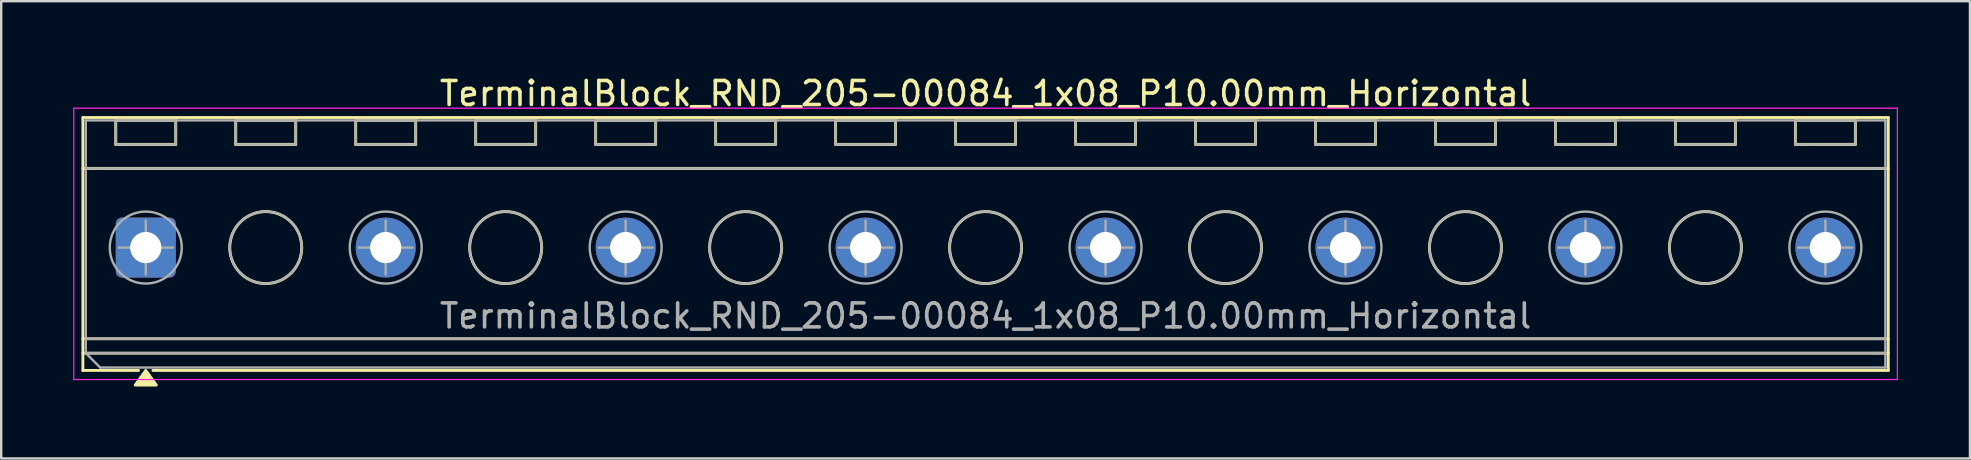
<source format=kicad_pcb>
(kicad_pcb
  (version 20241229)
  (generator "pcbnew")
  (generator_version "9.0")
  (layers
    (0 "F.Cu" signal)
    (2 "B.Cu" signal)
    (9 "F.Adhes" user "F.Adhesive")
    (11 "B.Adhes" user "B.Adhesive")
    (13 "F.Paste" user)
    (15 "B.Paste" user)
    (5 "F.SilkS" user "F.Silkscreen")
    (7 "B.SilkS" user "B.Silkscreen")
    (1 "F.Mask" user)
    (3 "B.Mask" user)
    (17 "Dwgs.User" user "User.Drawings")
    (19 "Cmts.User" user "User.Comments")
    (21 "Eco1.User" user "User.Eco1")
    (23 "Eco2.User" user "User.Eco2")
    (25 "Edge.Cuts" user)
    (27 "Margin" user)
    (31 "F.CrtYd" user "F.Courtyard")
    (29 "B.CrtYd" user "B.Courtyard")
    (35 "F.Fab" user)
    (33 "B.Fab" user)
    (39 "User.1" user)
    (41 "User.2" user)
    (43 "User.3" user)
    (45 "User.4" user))
  (footprint "TerminalBlock_RND_205-00084_1x08_P10.00mm_Horizontal"
    (layer "F.Cu")
    (at 3.025 7.268)
    (property "Reference" "TerminalBlock_RND_205-00084_1x08_P10.00mm_Horizontal" (at 35 -6.42 0) (layer "F.SilkS") (effects (font (size 1 1) (thickness 0.15))))
    (attr through_hole)
    (fp_line (start -2.62 -5.42) (end 72.62 -5.42) (stroke (width 0.12) (type solid)) (layer "F.SilkS"))
    (fp_line (start -2.62 -3.3) (end 72.62 -3.3) (stroke (width 0.12) (type solid)) (layer "F.SilkS"))
    (fp_line (start -2.62 3.8) (end 72.62 3.8) (stroke (width 0.12) (type solid)) (layer "F.SilkS"))
    (fp_line (start -2.62 4.4) (end 72.62 4.4) (stroke (width 0.12) (type solid)) (layer "F.SilkS"))
    (fp_line (start -2.62 5.12) (end -2.62 -5.42) (stroke (width 0.12) (type solid)) (layer "F.SilkS"))
    (fp_line (start -1.25 -5.3) (end 1.25 -5.3) (stroke (width 0.12) (type solid)) (layer "F.SilkS"))
    (fp_line (start -1.25 -4.3) (end -1.25 -5.3) (stroke (width 0.12) (type solid)) (layer "F.SilkS"))
    (fp_line (start -0.3 5.12) (end -2.62 5.12) (stroke (width 0.12) (type solid)) (layer "F.SilkS"))
    (fp_line (start 1.25 -5.3) (end 1.25 -4.3) (stroke (width 0.12) (type solid)) (layer "F.SilkS"))
    (fp_line (start 1.25 -4.3) (end -1.25 -4.3) (stroke (width 0.12) (type solid)) (layer "F.SilkS"))
    (fp_line (start 3.75 -5.3) (end 6.25 -5.3) (stroke (width 0.12) (type solid)) (layer "F.SilkS"))
    (fp_line (start 3.75 -4.3) (end 3.75 -5.3) (stroke (width 0.12) (type solid)) (layer "F.SilkS"))
    (fp_line (start 6.25 -5.3) (end 6.25 -4.3) (stroke (width 0.12) (type solid)) (layer "F.SilkS"))
    (fp_line (start 6.25 -4.3) (end 3.75 -4.3) (stroke (width 0.12) (type solid)) (layer "F.SilkS"))
    (fp_line (start 8.75 -5.3) (end 11.25 -5.3) (stroke (width 0.12) (type solid)) (layer "F.SilkS"))
    (fp_line (start 8.75 -4.3) (end 8.75 -5.3) (stroke (width 0.12) (type solid)) (layer "F.SilkS"))
    (fp_line (start 11.25 -5.3) (end 11.25 -4.3) (stroke (width 0.12) (type solid)) (layer "F.SilkS"))
    (fp_line (start 11.25 -4.3) (end 8.75 -4.3) (stroke (width 0.12) (type solid)) (layer "F.SilkS"))
    (fp_line (start 13.75 -5.3) (end 16.25 -5.3) (stroke (width 0.12) (type solid)) (layer "F.SilkS"))
    (fp_line (start 13.75 -4.3) (end 13.75 -5.3) (stroke (width 0.12) (type solid)) (layer "F.SilkS"))
    (fp_line (start 16.25 -5.3) (end 16.25 -4.3) (stroke (width 0.12) (type solid)) (layer "F.SilkS"))
    (fp_line (start 16.25 -4.3) (end 13.75 -4.3) (stroke (width 0.12) (type solid)) (layer "F.SilkS"))
    (fp_line (start 18.75 -5.3) (end 21.25 -5.3) (stroke (width 0.12) (type solid)) (layer "F.SilkS"))
    (fp_line (start 18.75 -4.3) (end 18.75 -5.3) (stroke (width 0.12) (type solid)) (layer "F.SilkS"))
    (fp_line (start 21.25 -5.3) (end 21.25 -4.3) (stroke (width 0.12) (type solid)) (layer "F.SilkS"))
    (fp_line (start 21.25 -4.3) (end 18.75 -4.3) (stroke (width 0.12) (type solid)) (layer "F.SilkS"))
    (fp_line (start 23.75 -5.3) (end 26.25 -5.3) (stroke (width 0.12) (type solid)) (layer "F.SilkS"))
    (fp_line (start 23.75 -4.3) (end 23.75 -5.3) (stroke (width 0.12) (type solid)) (layer "F.SilkS"))
    (fp_line (start 26.25 -5.3) (end 26.25 -4.3) (stroke (width 0.12) (type solid)) (layer "F.SilkS"))
    (fp_line (start 26.25 -4.3) (end 23.75 -4.3) (stroke (width 0.12) (type solid)) (layer "F.SilkS"))
    (fp_line (start 28.75 -5.3) (end 31.25 -5.3) (stroke (width 0.12) (type solid)) (layer "F.SilkS"))
    (fp_line (start 28.75 -4.3) (end 28.75 -5.3) (stroke (width 0.12) (type solid)) (layer "F.SilkS"))
    (fp_line (start 31.25 -5.3) (end 31.25 -4.3) (stroke (width 0.12) (type solid)) (layer "F.SilkS"))
    (fp_line (start 31.25 -4.3) (end 28.75 -4.3) (stroke (width 0.12) (type solid)) (layer "F.SilkS"))
    (fp_line (start 33.75 -5.3) (end 36.25 -5.3) (stroke (width 0.12) (type solid)) (layer "F.SilkS"))
    (fp_line (start 33.75 -4.3) (end 33.75 -5.3) (stroke (width 0.12) (type solid)) (layer "F.SilkS"))
    (fp_line (start 36.25 -5.3) (end 36.25 -4.3) (stroke (width 0.12) (type solid)) (layer "F.SilkS"))
    (fp_line (start 36.25 -4.3) (end 33.75 -4.3) (stroke (width 0.12) (type solid)) (layer "F.SilkS"))
    (fp_line (start 38.75 -5.3) (end 41.25 -5.3) (stroke (width 0.12) (type solid)) (layer "F.SilkS"))
    (fp_line (start 38.75 -4.3) (end 38.75 -5.3) (stroke (width 0.12) (type solid)) (layer "F.SilkS"))
    (fp_line (start 41.25 -5.3) (end 41.25 -4.3) (stroke (width 0.12) (type solid)) (layer "F.SilkS"))
    (fp_line (start 41.25 -4.3) (end 38.75 -4.3) (stroke (width 0.12) (type solid)) (layer "F.SilkS"))
    (fp_line (start 43.75 -5.3) (end 46.25 -5.3) (stroke (width 0.12) (type solid)) (layer "F.SilkS"))
    (fp_line (start 43.75 -4.3) (end 43.75 -5.3) (stroke (width 0.12) (type solid)) (layer "F.SilkS"))
    (fp_line (start 46.25 -5.3) (end 46.25 -4.3) (stroke (width 0.12) (type solid)) (layer "F.SilkS"))
    (fp_line (start 46.25 -4.3) (end 43.75 -4.3) (stroke (width 0.12) (type solid)) (layer "F.SilkS"))
    (fp_line (start 48.75 -5.3) (end 51.25 -5.3) (stroke (width 0.12) (type solid)) (layer "F.SilkS"))
    (fp_line (start 48.75 -4.3) (end 48.75 -5.3) (stroke (width 0.12) (type solid)) (layer "F.SilkS"))
    (fp_line (start 51.25 -5.3) (end 51.25 -4.3) (stroke (width 0.12) (type solid)) (layer "F.SilkS"))
    (fp_line (start 51.25 -4.3) (end 48.75 -4.3) (stroke (width 0.12) (type solid)) (layer "F.SilkS"))
    (fp_line (start 53.75 -5.3) (end 56.25 -5.3) (stroke (width 0.12) (type solid)) (layer "F.SilkS"))
    (fp_line (start 53.75 -4.3) (end 53.75 -5.3) (stroke (width 0.12) (type solid)) (layer "F.SilkS"))
    (fp_line (start 56.25 -5.3) (end 56.25 -4.3) (stroke (width 0.12) (type solid)) (layer "F.SilkS"))
    (fp_line (start 56.25 -4.3) (end 53.75 -4.3) (stroke (width 0.12) (type solid)) (layer "F.SilkS"))
    (fp_line (start 58.75 -5.3) (end 61.25 -5.3) (stroke (width 0.12) (type solid)) (layer "F.SilkS"))
    (fp_line (start 58.75 -4.3) (end 58.75 -5.3) (stroke (width 0.12) (type solid)) (layer "F.SilkS"))
    (fp_line (start 61.25 -5.3) (end 61.25 -4.3) (stroke (width 0.12) (type solid)) (layer "F.SilkS"))
    (fp_line (start 61.25 -4.3) (end 58.75 -4.3) (stroke (width 0.12) (type solid)) (layer "F.SilkS"))
    (fp_line (start 63.75 -5.3) (end 66.25 -5.3) (stroke (width 0.12) (type solid)) (layer "F.SilkS"))
    (fp_line (start 63.75 -4.3) (end 63.75 -5.3) (stroke (width 0.12) (type solid)) (layer "F.SilkS"))
    (fp_line (start 66.25 -5.3) (end 66.25 -4.3) (stroke (width 0.12) (type solid)) (layer "F.SilkS"))
    (fp_line (start 66.25 -4.3) (end 63.75 -4.3) (stroke (width 0.12) (type solid)) (layer "F.SilkS"))
    (fp_line (start 68.75 -5.3) (end 71.25 -5.3) (stroke (width 0.12) (type solid)) (layer "F.SilkS"))
    (fp_line (start 68.75 -4.3) (end 68.75 -5.3) (stroke (width 0.12) (type solid)) (layer "F.SilkS"))
    (fp_line (start 71.25 -5.3) (end 71.25 -4.3) (stroke (width 0.12) (type solid)) (layer "F.SilkS"))
    (fp_line (start 71.25 -4.3) (end 68.75 -4.3) (stroke (width 0.12) (type solid)) (layer "F.SilkS"))
    (fp_line (start 72.62 -5.42) (end 72.62 5.12) (stroke (width 0.12) (type solid)) (layer "F.SilkS"))
    (fp_line (start 72.62 5.12) (end 0.3 5.12) (stroke (width 0.12) (type solid)) (layer "F.SilkS"))
    (fp_circle (center 5 0) (end 6.5 0) (stroke (width 0.12) (type solid)) (fill no) (layer "F.SilkS"))
    (fp_circle (center 15 0) (end 16.5 0) (stroke (width 0.12) (type solid)) (fill no) (layer "F.SilkS"))
    (fp_circle (center 25 0) (end 26.5 0) (stroke (width 0.12) (type solid)) (fill no) (layer "F.SilkS"))
    (fp_circle (center 35 0) (end 36.5 0) (stroke (width 0.12) (type solid)) (fill no) (layer "F.SilkS"))
    (fp_circle (center 45 0) (end 46.5 0) (stroke (width 0.12) (type solid)) (fill no) (layer "F.SilkS"))
    (fp_circle (center 55 0) (end 56.5 0) (stroke (width 0.12) (type solid)) (fill no) (layer "F.SilkS"))
    (fp_circle (center 65 0) (end 66.5 0) (stroke (width 0.12) (type solid)) (fill no) (layer "F.SilkS"))
    (fp_poly (pts (xy 0 5.12) (xy 0.44 5.73) (xy -0.44 5.73)) (stroke (width 0.12) (type solid)) (fill yes) (layer "F.SilkS"))
    (fp_line (start -3 -5.81) (end -3 5.5) (stroke (width 0.05) (type solid)) (layer "F.CrtYd"))
    (fp_line (start -3 5.5) (end 73 5.5) (stroke (width 0.05) (type solid)) (layer "F.CrtYd"))
    (fp_line (start 73 -5.81) (end -3 -5.81) (stroke (width 0.05) (type solid)) (layer "F.CrtYd"))
    (fp_line (start 73 5.5) (end 73 -5.81) (stroke (width 0.05) (type solid)) (layer "F.CrtYd"))
    (fp_line (start -2.5 -5.3) (end 72.5 -5.3) (stroke (width 0.1) (type solid)) (layer "F.Fab"))
    (fp_line (start -2.5 -3.3) (end 72.5 -3.3) (stroke (width 0.1) (type solid)) (layer "F.Fab"))
    (fp_line (start -2.5 3.8) (end 72.5 3.8) (stroke (width 0.1) (type solid)) (layer "F.Fab"))
    (fp_line (start -2.5 4.4) (end -2.5 -5.3) (stroke (width 0.1) (type solid)) (layer "F.Fab"))
    (fp_line (start -2.5 4.4) (end 72.5 4.4) (stroke (width 0.1) (type solid)) (layer "F.Fab"))
    (fp_line (start -1.9 5) (end -2.5 4.4) (stroke (width 0.1) (type solid)) (layer "F.Fab"))
    (fp_line (start -1.25 -5.3) (end -1.25 -4.3) (stroke (width 0.1) (type solid)) (layer "F.Fab"))
    (fp_line (start -1.25 -4.3) (end 1.25 -4.3) (stroke (width 0.1) (type solid)) (layer "F.Fab"))
    (fp_line (start -1.125 0) (end 1.125 0) (stroke (width 0.1) (type solid)) (layer "F.Fab"))
    (fp_line (start 0 -1.125) (end 0 1.125) (stroke (width 0.1) (type solid)) (layer "F.Fab"))
    (fp_line (start 1.25 -5.3) (end -1.25 -5.3) (stroke (width 0.1) (type solid)) (layer "F.Fab"))
    (fp_line (start 1.25 -4.3) (end 1.25 -5.3) (stroke (width 0.1) (type solid)) (layer "F.Fab"))
    (fp_line (start 3.75 -5.3) (end 3.75 -4.3) (stroke (width 0.1) (type solid)) (layer "F.Fab"))
    (fp_line (start 3.75 -4.3) (end 6.25 -4.3) (stroke (width 0.1) (type solid)) (layer "F.Fab"))
    (fp_line (start 6.25 -5.3) (end 3.75 -5.3) (stroke (width 0.1) (type solid)) (layer "F.Fab"))
    (fp_line (start 6.25 -4.3) (end 6.25 -5.3) (stroke (width 0.1) (type solid)) (layer "F.Fab"))
    (fp_line (start 8.75 -5.3) (end 8.75 -4.3) (stroke (width 0.1) (type solid)) (layer "F.Fab"))
    (fp_line (start 8.75 -4.3) (end 11.25 -4.3) (stroke (width 0.1) (type solid)) (layer "F.Fab"))
    (fp_line (start 8.875 0) (end 11.125 0) (stroke (width 0.1) (type solid)) (layer "F.Fab"))
    (fp_line (start 10 -1.125) (end 10 1.125) (stroke (width 0.1) (type solid)) (layer "F.Fab"))
    (fp_line (start 11.25 -5.3) (end 8.75 -5.3) (stroke (width 0.1) (type solid)) (layer "F.Fab"))
    (fp_line (start 11.25 -4.3) (end 11.25 -5.3) (stroke (width 0.1) (type solid)) (layer "F.Fab"))
    (fp_line (start 13.75 -5.3) (end 13.75 -4.3) (stroke (width 0.1) (type solid)) (layer "F.Fab"))
    (fp_line (start 13.75 -4.3) (end 16.25 -4.3) (stroke (width 0.1) (type solid)) (layer "F.Fab"))
    (fp_line (start 16.25 -5.3) (end 13.75 -5.3) (stroke (width 0.1) (type solid)) (layer "F.Fab"))
    (fp_line (start 16.25 -4.3) (end 16.25 -5.3) (stroke (width 0.1) (type solid)) (layer "F.Fab"))
    (fp_line (start 18.75 -5.3) (end 18.75 -4.3) (stroke (width 0.1) (type solid)) (layer "F.Fab"))
    (fp_line (start 18.75 -4.3) (end 21.25 -4.3) (stroke (width 0.1) (type solid)) (layer "F.Fab"))
    (fp_line (start 18.875 0) (end 21.125 0) (stroke (width 0.1) (type solid)) (layer "F.Fab"))
    (fp_line (start 20 -1.125) (end 20 1.125) (stroke (width 0.1) (type solid)) (layer "F.Fab"))
    (fp_line (start 21.25 -5.3) (end 18.75 -5.3) (stroke (width 0.1) (type solid)) (layer "F.Fab"))
    (fp_line (start 21.25 -4.3) (end 21.25 -5.3) (stroke (width 0.1) (type solid)) (layer "F.Fab"))
    (fp_line (start 23.75 -5.3) (end 23.75 -4.3) (stroke (width 0.1) (type solid)) (layer "F.Fab"))
    (fp_line (start 23.75 -4.3) (end 26.25 -4.3) (stroke (width 0.1) (type solid)) (layer "F.Fab"))
    (fp_line (start 26.25 -5.3) (end 23.75 -5.3) (stroke (width 0.1) (type solid)) (layer "F.Fab"))
    (fp_line (start 26.25 -4.3) (end 26.25 -5.3) (stroke (width 0.1) (type solid)) (layer "F.Fab"))
    (fp_line (start 28.75 -5.3) (end 28.75 -4.3) (stroke (width 0.1) (type solid)) (layer "F.Fab"))
    (fp_line (start 28.75 -4.3) (end 31.25 -4.3) (stroke (width 0.1) (type solid)) (layer "F.Fab"))
    (fp_line (start 28.875 0) (end 31.125 0) (stroke (width 0.1) (type solid)) (layer "F.Fab"))
    (fp_line (start 30 -1.125) (end 30 1.125) (stroke (width 0.1) (type solid)) (layer "F.Fab"))
    (fp_line (start 31.25 -5.3) (end 28.75 -5.3) (stroke (width 0.1) (type solid)) (layer "F.Fab"))
    (fp_line (start 31.25 -4.3) (end 31.25 -5.3) (stroke (width 0.1) (type solid)) (layer "F.Fab"))
    (fp_line (start 33.75 -5.3) (end 33.75 -4.3) (stroke (width 0.1) (type solid)) (layer "F.Fab"))
    (fp_line (start 33.75 -4.3) (end 36.25 -4.3) (stroke (width 0.1) (type solid)) (layer "F.Fab"))
    (fp_line (start 36.25 -5.3) (end 33.75 -5.3) (stroke (width 0.1) (type solid)) (layer "F.Fab"))
    (fp_line (start 36.25 -4.3) (end 36.25 -5.3) (stroke (width 0.1) (type solid)) (layer "F.Fab"))
    (fp_line (start 38.75 -5.3) (end 38.75 -4.3) (stroke (width 0.1) (type solid)) (layer "F.Fab"))
    (fp_line (start 38.75 -4.3) (end 41.25 -4.3) (stroke (width 0.1) (type solid)) (layer "F.Fab"))
    (fp_line (start 38.875 0) (end 41.125 0) (stroke (width 0.1) (type solid)) (layer "F.Fab"))
    (fp_line (start 40 -1.125) (end 40 1.125) (stroke (width 0.1) (type solid)) (layer "F.Fab"))
    (fp_line (start 41.25 -5.3) (end 38.75 -5.3) (stroke (width 0.1) (type solid)) (layer "F.Fab"))
    (fp_line (start 41.25 -4.3) (end 41.25 -5.3) (stroke (width 0.1) (type solid)) (layer "F.Fab"))
    (fp_line (start 43.75 -5.3) (end 43.75 -4.3) (stroke (width 0.1) (type solid)) (layer "F.Fab"))
    (fp_line (start 43.75 -4.3) (end 46.25 -4.3) (stroke (width 0.1) (type solid)) (layer "F.Fab"))
    (fp_line (start 46.25 -5.3) (end 43.75 -5.3) (stroke (width 0.1) (type solid)) (layer "F.Fab"))
    (fp_line (start 46.25 -4.3) (end 46.25 -5.3) (stroke (width 0.1) (type solid)) (layer "F.Fab"))
    (fp_line (start 48.75 -5.3) (end 48.75 -4.3) (stroke (width 0.1) (type solid)) (layer "F.Fab"))
    (fp_line (start 48.75 -4.3) (end 51.25 -4.3) (stroke (width 0.1) (type solid)) (layer "F.Fab"))
    (fp_line (start 48.875 0) (end 51.125 0) (stroke (width 0.1) (type solid)) (layer "F.Fab"))
    (fp_line (start 50 -1.125) (end 50 1.125) (stroke (width 0.1) (type solid)) (layer "F.Fab"))
    (fp_line (start 51.25 -5.3) (end 48.75 -5.3) (stroke (width 0.1) (type solid)) (layer "F.Fab"))
    (fp_line (start 51.25 -4.3) (end 51.25 -5.3) (stroke (width 0.1) (type solid)) (layer "F.Fab"))
    (fp_line (start 53.75 -5.3) (end 53.75 -4.3) (stroke (width 0.1) (type solid)) (layer "F.Fab"))
    (fp_line (start 53.75 -4.3) (end 56.25 -4.3) (stroke (width 0.1) (type solid)) (layer "F.Fab"))
    (fp_line (start 56.25 -5.3) (end 53.75 -5.3) (stroke (width 0.1) (type solid)) (layer "F.Fab"))
    (fp_line (start 56.25 -4.3) (end 56.25 -5.3) (stroke (width 0.1) (type solid)) (layer "F.Fab"))
    (fp_line (start 58.75 -5.3) (end 58.75 -4.3) (stroke (width 0.1) (type solid)) (layer "F.Fab"))
    (fp_line (start 58.75 -4.3) (end 61.25 -4.3) (stroke (width 0.1) (type solid)) (layer "F.Fab"))
    (fp_line (start 58.875 0) (end 61.125 0) (stroke (width 0.1) (type solid)) (layer "F.Fab"))
    (fp_line (start 60 -1.125) (end 60 1.125) (stroke (width 0.1) (type solid)) (layer "F.Fab"))
    (fp_line (start 61.25 -5.3) (end 58.75 -5.3) (stroke (width 0.1) (type solid)) (layer "F.Fab"))
    (fp_line (start 61.25 -4.3) (end 61.25 -5.3) (stroke (width 0.1) (type solid)) (layer "F.Fab"))
    (fp_line (start 63.75 -5.3) (end 63.75 -4.3) (stroke (width 0.1) (type solid)) (layer "F.Fab"))
    (fp_line (start 63.75 -4.3) (end 66.25 -4.3) (stroke (width 0.1) (type solid)) (layer "F.Fab"))
    (fp_line (start 66.25 -5.3) (end 63.75 -5.3) (stroke (width 0.1) (type solid)) (layer "F.Fab"))
    (fp_line (start 66.25 -4.3) (end 66.25 -5.3) (stroke (width 0.1) (type solid)) (layer "F.Fab"))
    (fp_line (start 68.75 -5.3) (end 68.75 -4.3) (stroke (width 0.1) (type solid)) (layer "F.Fab"))
    (fp_line (start 68.75 -4.3) (end 71.25 -4.3) (stroke (width 0.1) (type solid)) (layer "F.Fab"))
    (fp_line (start 68.875 0) (end 71.125 0) (stroke (width 0.1) (type solid)) (layer "F.Fab"))
    (fp_line (start 70 -1.125) (end 70 1.125) (stroke (width 0.1) (type solid)) (layer "F.Fab"))
    (fp_line (start 71.25 -5.3) (end 68.75 -5.3) (stroke (width 0.1) (type solid)) (layer "F.Fab"))
    (fp_line (start 71.25 -4.3) (end 71.25 -5.3) (stroke (width 0.1) (type solid)) (layer "F.Fab"))
    (fp_line (start 72.5 -5.3) (end 72.5 5) (stroke (width 0.1) (type solid)) (layer "F.Fab"))
    (fp_line (start 72.5 5) (end -1.9 5) (stroke (width 0.1) (type solid)) (layer "F.Fab"))
    (fp_circle (center 0 0) (end 1.5 0) (stroke (width 0.1) (type solid)) (fill no) (layer "F.Fab"))
    (fp_circle (center 5 0) (end 6.5 0) (stroke (width 0.1) (type solid)) (fill no) (layer "F.Fab"))
    (fp_circle (center 10 0) (end 11.5 0) (stroke (width 0.1) (type solid)) (fill no) (layer "F.Fab"))
    (fp_circle (center 15 0) (end 16.5 0) (stroke (width 0.1) (type solid)) (fill no) (layer "F.Fab"))
    (fp_circle (center 20 0) (end 21.5 0) (stroke (width 0.1) (type solid)) (fill no) (layer "F.Fab"))
    (fp_circle (center 25 0) (end 26.5 0) (stroke (width 0.1) (type solid)) (fill no) (layer "F.Fab"))
    (fp_circle (center 30 0) (end 31.5 0) (stroke (width 0.1) (type solid)) (fill no) (layer "F.Fab"))
    (fp_circle (center 35 0) (end 36.5 0) (stroke (width 0.1) (type solid)) (fill no) (layer "F.Fab"))
    (fp_circle (center 40 0) (end 41.5 0) (stroke (width 0.1) (type solid)) (fill no) (layer "F.Fab"))
    (fp_circle (center 45 0) (end 46.5 0) (stroke (width 0.1) (type solid)) (fill no) (layer "F.Fab"))
    (fp_circle (center 50 0) (end 51.5 0) (stroke (width 0.1) (type solid)) (fill no) (layer "F.Fab"))
    (fp_circle (center 55 0) (end 56.5 0) (stroke (width 0.1) (type solid)) (fill no) (layer "F.Fab"))
    (fp_circle (center 60 0) (end 61.5 0) (stroke (width 0.1) (type solid)) (fill no) (layer "F.Fab"))
    (fp_circle (center 65 0) (end 66.5 0) (stroke (width 0.1) (type solid)) (fill no) (layer "F.Fab"))
    (fp_circle (center 70 0) (end 71.5 0) (stroke (width 0.1) (type solid)) (fill no) (layer "F.Fab"))
    (fp_text user "${REFERENCE}" (at 35 2.85 0) (layer "F.Fab") (effects (font (size 1 1) (thickness 0.15))))
    (pad "1" thru_hole roundrect (at 0 0) (size 2.5 2.5) (drill 1.3) (layers "*.Cu" "*.Mask") (roundrect_rratio 0.1))
    (pad "2" thru_hole circle (at 10 0) (size 2.5 2.5) (drill 1.3) (layers "*.Cu" "*.Mask"))
    (pad "3" thru_hole circle (at 20 0) (size 2.5 2.5) (drill 1.3) (layers "*.Cu" "*.Mask"))
    (pad "4" thru_hole circle (at 30 0) (size 2.5 2.5) (drill 1.3) (layers "*.Cu" "*.Mask"))
    (pad "5" thru_hole circle (at 40 0) (size 2.5 2.5) (drill 1.3) (layers "*.Cu" "*.Mask"))
    (pad "6" thru_hole circle (at 50 0) (size 2.5 2.5) (drill 1.3) (layers "*.Cu" "*.Mask"))
    (pad "7" thru_hole circle (at 60 0) (size 2.5 2.5) (drill 1.3) (layers "*.Cu" "*.Mask"))
    (pad "8" thru_hole circle (at 70 0) (size 2.5 2.5) (drill 1.3) (layers "*.Cu" "*.Mask")))
  (gr_rect
    (start -3 -3)
    (end 79.05 16.058)
    (stroke (width 0.1) (type default))
    (fill no)
    (layer "Edge.Cuts")))
</source>
